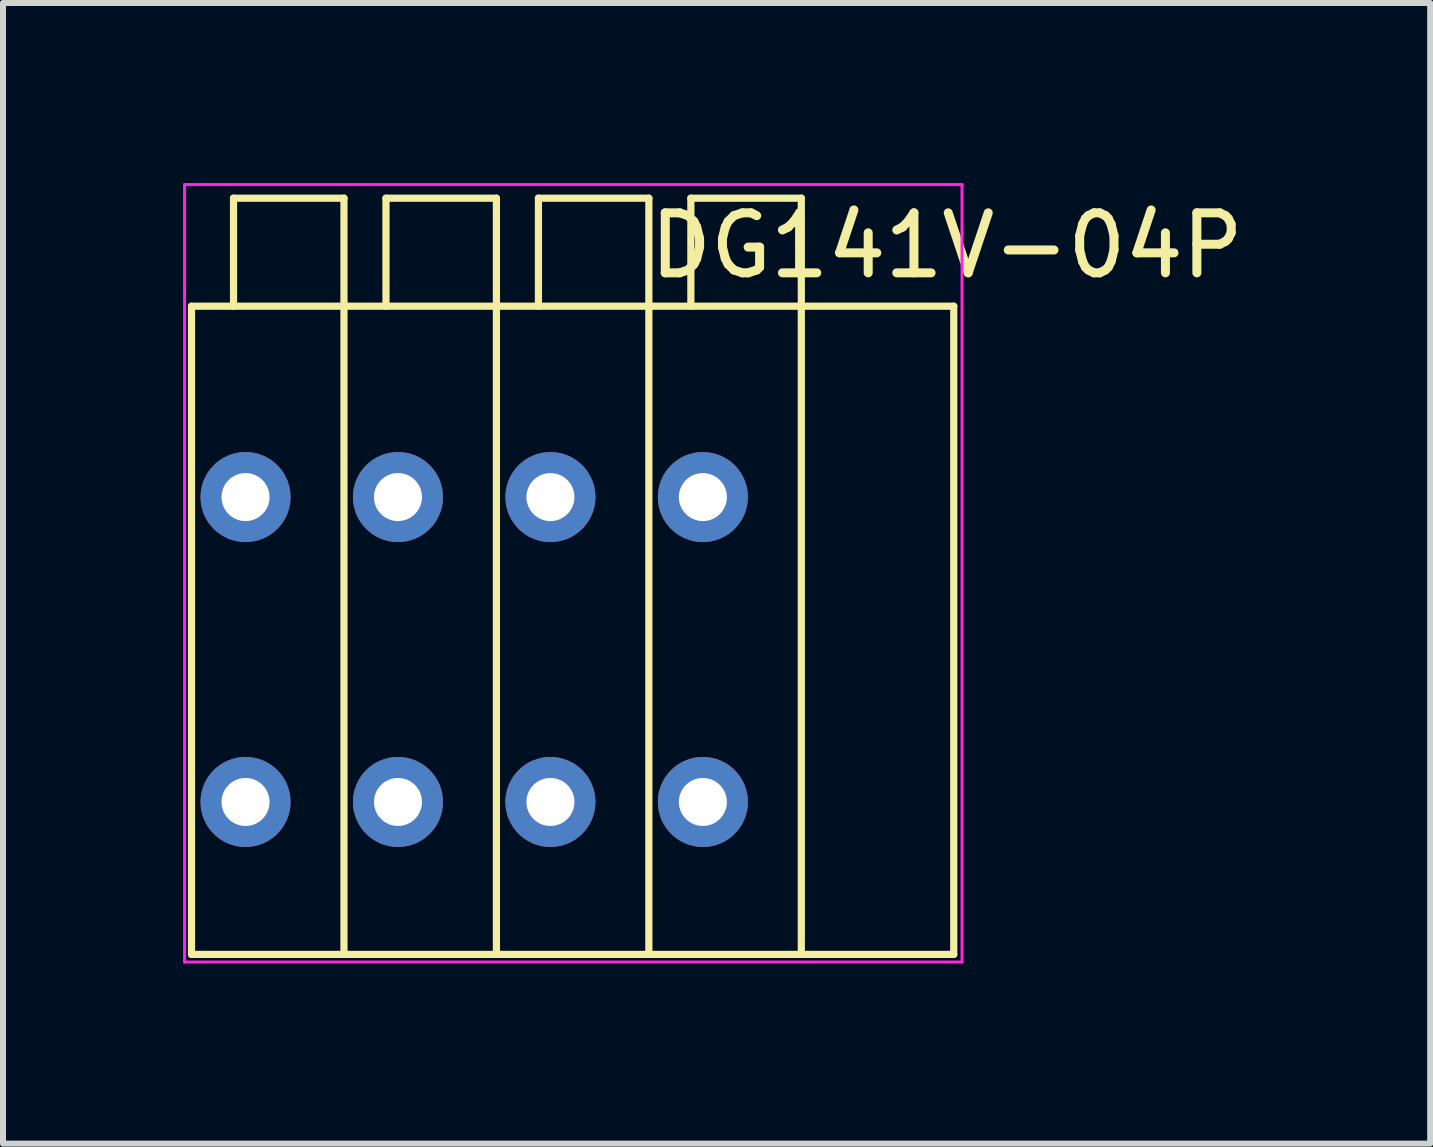
<source format=kicad_pcb>
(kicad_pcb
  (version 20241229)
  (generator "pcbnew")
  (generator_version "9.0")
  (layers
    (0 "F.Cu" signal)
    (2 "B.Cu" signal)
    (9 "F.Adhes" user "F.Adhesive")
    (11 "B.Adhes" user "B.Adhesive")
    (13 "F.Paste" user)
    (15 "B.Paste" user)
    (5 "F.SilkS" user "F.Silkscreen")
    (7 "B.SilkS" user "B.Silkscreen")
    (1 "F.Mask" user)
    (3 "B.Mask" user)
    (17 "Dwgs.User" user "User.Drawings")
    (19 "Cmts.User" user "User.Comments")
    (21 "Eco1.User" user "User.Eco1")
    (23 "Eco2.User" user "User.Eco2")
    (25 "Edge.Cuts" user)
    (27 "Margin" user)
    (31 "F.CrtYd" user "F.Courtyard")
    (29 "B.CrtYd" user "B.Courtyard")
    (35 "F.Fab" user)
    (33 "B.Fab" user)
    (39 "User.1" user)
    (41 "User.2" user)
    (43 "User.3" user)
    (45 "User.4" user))
  (footprint "DG141V-04P"
    (layer "F.Cu")
    (at 1.041 10.312)
    (property "Reference" "DG141V-04P" (at 11.684 -9.271 0) (layer "F.SilkS") (effects (font (size 1 1) (thickness 0.15))))
    (attr through_hole)
    (fp_line (start -0.9 -8.26) (end 11.8 -8.26) (stroke (width 0.12) (type solid)) (layer "F.SilkS"))
    (fp_line (start -0.9 2.54) (end -0.9 -8.26) (stroke (width 0.12) (type solid)) (layer "F.SilkS"))
    (fp_line (start -0.9 2.54) (end 11.8 2.54) (stroke (width 0.12) (type solid)) (layer "F.SilkS"))
    (fp_line (start -0.2 -10.06) (end -0.2 -8.26) (stroke (width 0.12) (type solid)) (layer "F.SilkS"))
    (fp_line (start 1.64 -10.06) (end -0.2 -10.06) (stroke (width 0.12) (type solid)) (layer "F.SilkS"))
    (fp_line (start 1.64 -10.06) (end 1.64 -8.26) (stroke (width 0.12) (type solid)) (layer "F.SilkS"))
    (fp_line (start 1.64 -8.26) (end 1.64 2.54) (stroke (width 0.12) (type solid)) (layer "F.SilkS"))
    (fp_line (start 2.34 -10.06) (end 2.34 -8.26) (stroke (width 0.12) (type solid)) (layer "F.SilkS"))
    (fp_line (start 4.18 -10.06) (end 2.34 -10.06) (stroke (width 0.12) (type solid)) (layer "F.SilkS"))
    (fp_line (start 4.18 -10.06) (end 4.18 -8.26) (stroke (width 0.12) (type solid)) (layer "F.SilkS"))
    (fp_line (start 4.18 -8.26) (end 4.18 2.54) (stroke (width 0.12) (type solid)) (layer "F.SilkS"))
    (fp_line (start 4.88 -10.06) (end 4.88 -8.26) (stroke (width 0.12) (type solid)) (layer "F.SilkS"))
    (fp_line (start 6.72 -10.06) (end 4.88 -10.06) (stroke (width 0.12) (type solid)) (layer "F.SilkS"))
    (fp_line (start 6.72 -10.06) (end 6.72 -8.26) (stroke (width 0.12) (type solid)) (layer "F.SilkS"))
    (fp_line (start 6.72 -8.26) (end 6.72 2.54) (stroke (width 0.12) (type solid)) (layer "F.SilkS"))
    (fp_line (start 7.42 -10.06) (end 7.42 -8.26) (stroke (width 0.12) (type solid)) (layer "F.SilkS"))
    (fp_line (start 9.26 -10.06) (end 7.42 -10.06) (stroke (width 0.12) (type solid)) (layer "F.SilkS"))
    (fp_line (start 9.26 -10.06) (end 9.26 -8.26) (stroke (width 0.12) (type solid)) (layer "F.SilkS"))
    (fp_line (start 9.26 -8.26) (end 9.26 2.54) (stroke (width 0.12) (type solid)) (layer "F.SilkS"))
    (fp_line (start 11.8 2.54) (end 11.8 -8.26) (stroke (width 0.12) (type solid)) (layer "F.SilkS"))
    (fp_line (start -1.016 -10.287) (end -1.016 2.667) (stroke (width 0.05) (type solid)) (layer "F.CrtYd"))
    (fp_line (start -1.016 2.667) (end 11.938 2.667) (stroke (width 0.05) (type solid)) (layer "F.CrtYd"))
    (fp_line (start 11.938 -10.287) (end -1.016 -10.287) (stroke (width 0.05) (type solid)) (layer "F.CrtYd"))
    (fp_line (start 11.938 2.667) (end 11.938 -10.287) (stroke (width 0.05) (type solid)) (layer "F.CrtYd"))
    (pad "1" thru_hole circle (at 0 -5.08) (size 1.5 1.5) (drill 0.8) (layers "*.Cu" "*.Mask"))
    (pad "1" thru_hole circle (at 0 0) (size 1.5 1.5) (drill 0.8) (layers "*.Cu" "*.Mask"))
    (pad "2" thru_hole circle (at 2.54 -5.08) (size 1.5 1.5) (drill 0.8) (layers "*.Cu" "*.Mask"))
    (pad "2" thru_hole circle (at 2.54 0) (size 1.5 1.5) (drill 0.8) (layers "*.Cu" "*.Mask"))
    (pad "3" thru_hole circle (at 5.08 -5.08) (size 1.5 1.5) (drill 0.8) (layers "*.Cu" "*.Mask"))
    (pad "3" thru_hole circle (at 5.08 0) (size 1.5 1.5) (drill 0.8) (layers "*.Cu" "*.Mask"))
    (pad "4" thru_hole circle (at 7.62 -5.08) (size 1.5 1.5) (drill 0.8) (layers "*.Cu" "*.Mask"))
    (pad "4" thru_hole circle (at 7.62 0) (size 1.5 1.5) (drill 0.8) (layers "*.Cu" "*.Mask")))
  (gr_rect
    (start -3 -3)
    (end 20.779 16.004)
    (stroke (width 0.1) (type default))
    (fill no)
    (layer "Edge.Cuts")))
</source>
